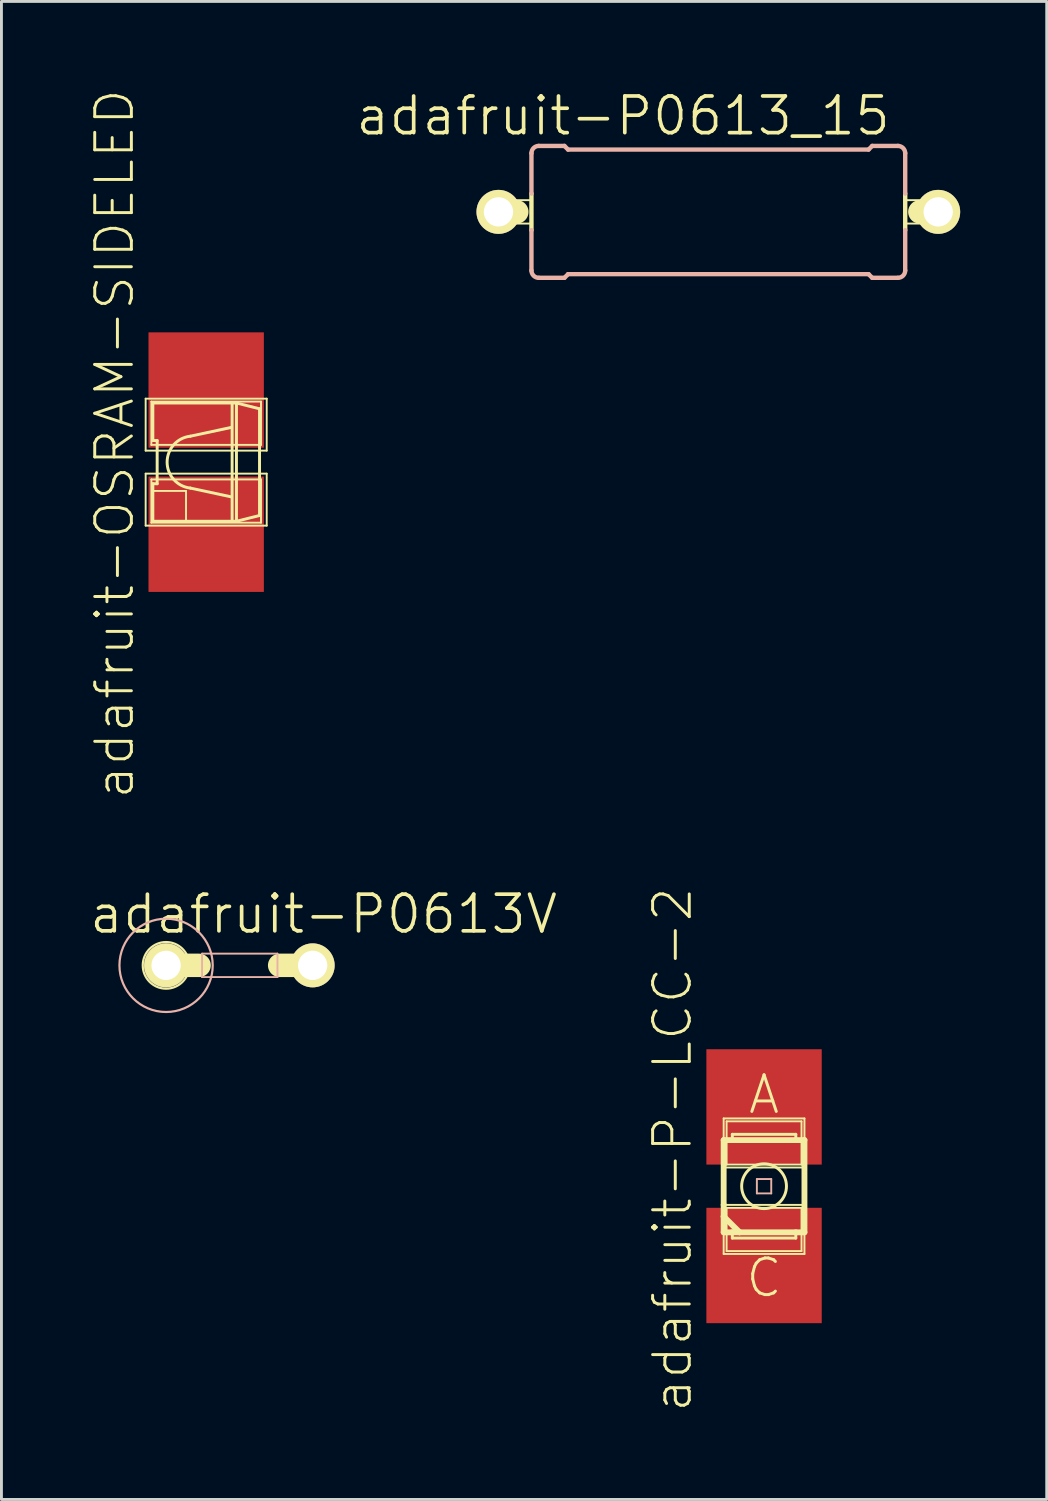
<source format=kicad_pcb>
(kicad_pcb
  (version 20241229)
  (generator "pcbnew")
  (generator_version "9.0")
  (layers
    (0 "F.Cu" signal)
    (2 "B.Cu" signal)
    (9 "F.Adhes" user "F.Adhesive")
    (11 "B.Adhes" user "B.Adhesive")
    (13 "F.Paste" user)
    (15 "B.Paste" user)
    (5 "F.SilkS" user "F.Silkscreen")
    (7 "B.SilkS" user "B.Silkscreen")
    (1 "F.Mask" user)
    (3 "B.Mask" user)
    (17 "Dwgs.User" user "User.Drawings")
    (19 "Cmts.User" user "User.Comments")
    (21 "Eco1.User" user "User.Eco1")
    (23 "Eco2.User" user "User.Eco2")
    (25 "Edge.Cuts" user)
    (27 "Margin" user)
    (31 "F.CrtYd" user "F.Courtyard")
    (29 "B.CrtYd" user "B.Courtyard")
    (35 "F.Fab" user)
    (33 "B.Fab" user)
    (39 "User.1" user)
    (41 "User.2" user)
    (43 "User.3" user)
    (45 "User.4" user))
  (footprint "adafruit-P0613_15"
    (layer "F.Cu")
    (at 21.846 4.293)
    (property "Reference" "adafruit-P0613_15" (at -3.302 -3.327 0) (layer "F.SilkS") (effects (font (size 1.27 1.27) (thickness 0.127))))
    (attr exclude_from_pos_files exclude_from_bom)
    (fp_line (start -7.62 0) (end -6.985 0) (stroke (width 0.813) (type solid)) (layer "F.SilkS"))
    (fp_line (start -7.036 -0.406) (end -6.477 -0.406) (stroke (width 0.066) (type solid)) (layer "F.SilkS"))
    (fp_line (start -7.036 0.406) (end -7.036 -0.406) (stroke (width 0.066) (type solid)) (layer "F.SilkS"))
    (fp_line (start -7.036 0.406) (end -6.477 0.406) (stroke (width 0.066) (type solid)) (layer "F.SilkS"))
    (fp_line (start -6.477 -0.635) (end -6.477 0.635) (stroke (width 0.152) (type solid)) (layer "F.SilkS"))
    (fp_line (start -6.477 0.406) (end -6.477 -0.406) (stroke (width 0.066) (type solid)) (layer "F.SilkS"))
    (fp_line (start 6.477 -0.406) (end 7.036 -0.406) (stroke (width 0.066) (type solid)) (layer "F.SilkS"))
    (fp_line (start 6.477 0.406) (end 6.477 -0.406) (stroke (width 0.066) (type solid)) (layer "F.SilkS"))
    (fp_line (start 6.477 0.406) (end 7.036 0.406) (stroke (width 0.066) (type solid)) (layer "F.SilkS"))
    (fp_line (start 6.477 0.635) (end 6.477 -0.635) (stroke (width 0.152) (type solid)) (layer "F.SilkS"))
    (fp_line (start 7.036 0.406) (end 7.036 -0.406) (stroke (width 0.066) (type solid)) (layer "F.SilkS"))
    (fp_line (start 7.62 0) (end 6.985 0) (stroke (width 0.813) (type solid)) (layer "F.SilkS"))
    (fp_line (start -6.477 -0.635) (end -6.477 -2.032) (stroke (width 0.152) (type solid)) (layer "B.SilkS"))
    (fp_line (start -6.477 2.032) (end -6.477 0.635) (stroke (width 0.152) (type solid)) (layer "B.SilkS"))
    (fp_line (start -6.223 -2.286) (end -5.334 -2.286) (stroke (width 0.152) (type solid)) (layer "B.SilkS"))
    (fp_line (start -6.223 2.286) (end -5.334 2.286) (stroke (width 0.152) (type solid)) (layer "B.SilkS"))
    (fp_line (start -5.207 -2.159) (end -5.334 -2.286) (stroke (width 0.152) (type solid)) (layer "B.SilkS"))
    (fp_line (start -5.207 2.159) (end -5.334 2.286) (stroke (width 0.152) (type solid)) (layer "B.SilkS"))
    (fp_line (start 5.207 -2.159) (end -5.207 -2.159) (stroke (width 0.152) (type solid)) (layer "B.SilkS"))
    (fp_line (start 5.207 -2.159) (end 5.334 -2.286) (stroke (width 0.152) (type solid)) (layer "B.SilkS"))
    (fp_line (start 5.207 2.159) (end -5.207 2.159) (stroke (width 0.152) (type solid)) (layer "B.SilkS"))
    (fp_line (start 5.207 2.159) (end 5.334 2.286) (stroke (width 0.152) (type solid)) (layer "B.SilkS"))
    (fp_line (start 6.223 -2.286) (end 5.334 -2.286) (stroke (width 0.152) (type solid)) (layer "B.SilkS"))
    (fp_line (start 6.223 2.286) (end 5.334 2.286) (stroke (width 0.152) (type solid)) (layer "B.SilkS"))
    (fp_line (start 6.477 -2.032) (end 6.477 -0.635) (stroke (width 0.152) (type solid)) (layer "B.SilkS"))
    (fp_line (start 6.477 0.635) (end 6.477 2.032) (stroke (width 0.152) (type solid)) (layer "B.SilkS"))
    (fp_arc (start -6.477 -2.032) (mid -6.402605 -2.211605) (end -6.223 -2.286) (stroke (width 0.1524) (type solid)) (layer "B.SilkS"))
    (fp_arc (start -6.223 2.286) (mid -6.402605 2.211605) (end -6.477 2.032) (stroke (width 0.1524) (type solid)) (layer "B.SilkS"))
    (fp_arc (start 6.223 -2.286) (mid 6.402605 -2.211605) (end 6.477 -2.032) (stroke (width 0.1524) (type solid)) (layer "B.SilkS"))
    (fp_arc (start 6.477 2.032) (mid 6.402605 2.211605) (end 6.223 2.286) (stroke (width 0.1524) (type solid)) (layer "B.SilkS"))
    (pad "1" thru_hole circle (at -7.62 0) (size 1.524 1.524) (drill 1.016) (layers "*.Cu" "F.Mask" "F.SilkS" "F.Paste"))
    (pad "2" thru_hole circle (at 7.62 0) (size 1.524 1.524) (drill 1.016) (layers "*.Cu" "F.Mask" "F.SilkS" "F.Paste")))
  (footprint "adafruit-P0613V"
    (layer "F.Cu")
    (at 5.246 30.408)
    (property "Reference" "adafruit-P0613V" (at 2.921 -1.778 0) (layer "F.SilkS") (effects (font (size 1.27 1.27) (thickness 0.127))))
    (attr exclude_from_pos_files exclude_from_bom)
    (fp_line (start -2.54 0) (end -1.397 0) (stroke (width 0.813) (type solid)) (layer "F.SilkS"))
    (fp_line (start 2.54 0) (end 1.397 0) (stroke (width 0.813) (type solid)) (layer "F.SilkS"))
    (fp_circle (center -2.54 0) (end -3.111 0.572) (stroke (width 0.076) (type solid)) (fill no) (layer "F.SilkS"))
    (fp_line (start -1.293 -0.406) (end 1.321 -0.406) (stroke (width 0.066) (type solid)) (layer "B.SilkS"))
    (fp_line (start -1.293 0.406) (end -1.293 -0.406) (stroke (width 0.066) (type solid)) (layer "B.SilkS"))
    (fp_line (start -1.293 0.406) (end 1.321 0.406) (stroke (width 0.066) (type solid)) (layer "B.SilkS"))
    (fp_line (start 1.321 0.406) (end 1.321 -0.406) (stroke (width 0.066) (type solid)) (layer "B.SilkS"))
    (fp_circle (center -2.54 0) (end -3.683 1.143) (stroke (width 0.076) (type solid)) (fill no) (layer "B.SilkS"))
    (pad "1" thru_hole circle (at -2.54 0) (size 1.524 1.524) (drill 1.016) (layers "*.Cu" "F.Mask" "F.SilkS" "F.Paste"))
    (pad "2" thru_hole circle (at 2.54 0) (size 1.524 1.524) (drill 1.016) (layers "*.Cu" "F.Mask" "F.SilkS" "F.Paste")))
  (footprint "adafruit-OSRAM-SIDELED"
    (layer "F.Cu")
    (at 4.096 12.967)
    (property "Reference" "adafruit-OSRAM-SIDELED" (at -3.175 -0.635 90) (layer "F.SilkS") (effects (font (size 1.27 1.27) (thickness 0.102))))
    (attr smd)
    (fp_line (start -2.098 -2.2) (end 2.098 -2.2) (stroke (width 0.066) (type solid)) (layer "F.SilkS"))
    (fp_line (start -2.098 -0.399) (end -2.098 -2.2) (stroke (width 0.066) (type solid)) (layer "F.SilkS"))
    (fp_line (start -2.098 -0.399) (end 2.098 -0.399) (stroke (width 0.066) (type solid)) (layer "F.SilkS"))
    (fp_line (start -2.098 0.399) (end 2.098 0.399) (stroke (width 0.066) (type solid)) (layer "F.SilkS"))
    (fp_line (start -2.098 2.2) (end -2.098 0.399) (stroke (width 0.066) (type solid)) (layer "F.SilkS"))
    (fp_line (start -2.098 2.2) (end 2.098 2.2) (stroke (width 0.066) (type solid)) (layer "F.SilkS"))
    (fp_line (start -1.9 -2.098) (end 1.9 -2.098) (stroke (width 0.066) (type solid)) (layer "F.SilkS"))
    (fp_line (start -1.9 -0.599) (end -1.9 -2.098) (stroke (width 0.066) (type solid)) (layer "F.SilkS"))
    (fp_line (start -1.9 -0.599) (end 1.9 -0.599) (stroke (width 0.066) (type solid)) (layer "F.SilkS"))
    (fp_line (start -1.9 0.599) (end 1.9 0.599) (stroke (width 0.066) (type solid)) (layer "F.SilkS"))
    (fp_line (start -1.9 2.098) (end -1.9 0.599) (stroke (width 0.066) (type solid)) (layer "F.SilkS"))
    (fp_line (start -1.9 2.098) (end 1.9 2.098) (stroke (width 0.066) (type solid)) (layer "F.SilkS"))
    (fp_line (start -1.849 -2.05) (end 0.899 -2.05) (stroke (width 0.102) (type solid)) (layer "F.SilkS"))
    (fp_line (start -1.849 -0.749) (end -1.849 -2.05) (stroke (width 0.102) (type solid)) (layer "F.SilkS"))
    (fp_line (start -1.849 0.749) (end -1.699 0.749) (stroke (width 0.102) (type solid)) (layer "F.SilkS"))
    (fp_line (start -1.849 0.998) (end -0.699 0.998) (stroke (width 0.066) (type solid)) (layer "F.SilkS"))
    (fp_line (start -1.849 2.05) (end -1.849 0.749) (stroke (width 0.102) (type solid)) (layer "F.SilkS"))
    (fp_line (start -1.849 2.05) (end -1.849 0.998) (stroke (width 0.066) (type solid)) (layer "F.SilkS"))
    (fp_line (start -1.849 2.05) (end -0.699 2.05) (stroke (width 0.066) (type solid)) (layer "F.SilkS"))
    (fp_line (start -1.699 -0.749) (end -1.849 -0.749) (stroke (width 0.102) (type solid)) (layer "F.SilkS"))
    (fp_line (start -1.699 0.749) (end -1.699 -0.749) (stroke (width 0.102) (type solid)) (layer "F.SilkS"))
    (fp_line (start -0.699 2.05) (end -0.699 0.998) (stroke (width 0.066) (type solid)) (layer "F.SilkS"))
    (fp_line (start -0.549 -0.899) (end 0.848 -1.199) (stroke (width 0.102) (type solid)) (layer "F.SilkS"))
    (fp_line (start -0.549 0.899) (end 0.848 1.199) (stroke (width 0.102) (type solid)) (layer "F.SilkS"))
    (fp_line (start 0.899 -2.05) (end 0.899 2.05) (stroke (width 0.102) (type solid)) (layer "F.SilkS"))
    (fp_line (start 0.899 2.05) (end -1.849 2.05) (stroke (width 0.102) (type solid)) (layer "F.SilkS"))
    (fp_line (start 0.899 2.05) (end 1.049 2.05) (stroke (width 0.102) (type solid)) (layer "F.SilkS"))
    (fp_line (start 1.049 -2.05) (end 0.899 -2.05) (stroke (width 0.102) (type solid)) (layer "F.SilkS"))
    (fp_line (start 1.049 -2.05) (end 1.049 2.05) (stroke (width 0.102) (type solid)) (layer "F.SilkS"))
    (fp_line (start 1.049 2.05) (end 1.849 1.849) (stroke (width 0.102) (type solid)) (layer "F.SilkS"))
    (fp_line (start 1.849 -1.849) (end 1.049 -2.05) (stroke (width 0.102) (type solid)) (layer "F.SilkS"))
    (fp_line (start 1.849 1.849) (end 1.849 -1.849) (stroke (width 0.102) (type solid)) (layer "F.SilkS"))
    (fp_line (start 1.9 -0.599) (end 1.9 -2.098) (stroke (width 0.066) (type solid)) (layer "F.SilkS"))
    (fp_line (start 1.9 2.098) (end 1.9 0.599) (stroke (width 0.066) (type solid)) (layer "F.SilkS"))
    (fp_line (start 2.098 -0.399) (end 2.098 -2.2) (stroke (width 0.066) (type solid)) (layer "F.SilkS"))
    (fp_line (start 2.098 2.2) (end 2.098 0.399) (stroke (width 0.066) (type solid)) (layer "F.SilkS"))
    (fp_arc (start -0.54864 0.89916) (mid -1.35418 0.000996) (end -0.55062 -0.89894) (stroke (width 0.1016) (type solid)) (layer "F.SilkS"))
    (pad "A" smd rect (at 0 -2.499) (size 3.998 3.998) (layers "F.Cu" "F.Mask" "F.Paste"))
    (pad "C" smd rect (at 0 2.499) (size 3.998 3.998) (layers "F.Cu" "F.Mask" "F.Paste")))
  (footprint "adafruit-P-LCC-2"
    (layer "F.Cu")
    (at 23.431 38.062)
    (property "Reference" "adafruit-P-LCC-2" (at -3.175 -1.27 90) (layer "F.SilkS") (effects (font (size 1.27 1.27) (thickness 0.102))))
    (attr smd)
    (fp_line (start -1.4 -2.349) (end 1.4 -2.349) (stroke (width 0.066) (type solid)) (layer "F.SilkS"))
    (fp_line (start -1.4 -1.598) (end -1.4 0.648) (stroke (width 0.203) (type solid)) (layer "F.SilkS"))
    (fp_line (start -1.4 -0.648) (end -1.4 -2.349) (stroke (width 0.066) (type solid)) (layer "F.SilkS"))
    (fp_line (start -1.4 -0.648) (end 1.4 -0.648) (stroke (width 0.066) (type solid)) (layer "F.SilkS"))
    (fp_line (start -1.4 0.648) (end 1.4 0.648) (stroke (width 0.066) (type solid)) (layer "F.SilkS"))
    (fp_line (start -1.4 1.049) (end -1.4 0.648) (stroke (width 0.203) (type solid)) (layer "F.SilkS"))
    (fp_line (start -1.4 1.049) (end -1.4 1.598) (stroke (width 0.203) (type solid)) (layer "F.SilkS"))
    (fp_line (start -1.4 1.598) (end -1.1 1.598) (stroke (width 0.203) (type solid)) (layer "F.SilkS"))
    (fp_line (start -1.4 2.349) (end -1.4 0.648) (stroke (width 0.066) (type solid)) (layer "F.SilkS"))
    (fp_line (start -1.4 2.349) (end 1.4 2.349) (stroke (width 0.066) (type solid)) (layer "F.SilkS"))
    (fp_line (start -1.298 -2.248) (end 1.298 -2.248) (stroke (width 0.066) (type solid)) (layer "F.SilkS"))
    (fp_line (start -1.298 -0.749) (end -1.298 -2.248) (stroke (width 0.066) (type solid)) (layer "F.SilkS"))
    (fp_line (start -1.298 -0.749) (end 1.298 -0.749) (stroke (width 0.066) (type solid)) (layer "F.SilkS"))
    (fp_line (start -1.298 0.749) (end 1.298 0.749) (stroke (width 0.066) (type solid)) (layer "F.SilkS"))
    (fp_line (start -1.298 2.248) (end -1.298 0.749) (stroke (width 0.066) (type solid)) (layer "F.SilkS"))
    (fp_line (start -1.298 2.248) (end 1.298 2.248) (stroke (width 0.066) (type solid)) (layer "F.SilkS"))
    (fp_line (start -1.1 -1.798) (end 1.1 -1.798) (stroke (width 0.102) (type solid)) (layer "F.SilkS"))
    (fp_line (start -1.1 -1.598) (end -1.1 -1.798) (stroke (width 0.102) (type solid)) (layer "F.SilkS"))
    (fp_line (start -1.1 1.598) (end -1.1 1.798) (stroke (width 0.102) (type solid)) (layer "F.SilkS"))
    (fp_line (start -1.1 1.598) (end -0.848 1.598) (stroke (width 0.203) (type solid)) (layer "F.SilkS"))
    (fp_line (start -1.1 1.798) (end 1.1 1.798) (stroke (width 0.102) (type solid)) (layer "F.SilkS"))
    (fp_line (start -0.848 1.598) (end -1.4 1.049) (stroke (width 0.203) (type solid)) (layer "F.SilkS"))
    (fp_line (start -0.848 1.598) (end 1.1 1.598) (stroke (width 0.203) (type solid)) (layer "F.SilkS"))
    (fp_line (start 1.1 -1.798) (end 1.1 -1.598) (stroke (width 0.102) (type solid)) (layer "F.SilkS"))
    (fp_line (start 1.1 1.598) (end 1.4 1.598) (stroke (width 0.203) (type solid)) (layer "F.SilkS"))
    (fp_line (start 1.1 1.798) (end 1.1 1.598) (stroke (width 0.102) (type solid)) (layer "F.SilkS"))
    (fp_line (start 1.298 -0.749) (end 1.298 -2.248) (stroke (width 0.066) (type solid)) (layer "F.SilkS"))
    (fp_line (start 1.298 2.248) (end 1.298 0.749) (stroke (width 0.066) (type solid)) (layer "F.SilkS"))
    (fp_line (start 1.4 -1.598) (end -1.4 -1.598) (stroke (width 0.203) (type solid)) (layer "F.SilkS"))
    (fp_line (start 1.4 -0.648) (end 1.4 -2.349) (stroke (width 0.066) (type solid)) (layer "F.SilkS"))
    (fp_line (start 1.4 1.598) (end 1.4 -1.598) (stroke (width 0.203) (type solid)) (layer "F.SilkS"))
    (fp_line (start 1.4 2.349) (end 1.4 0.648) (stroke (width 0.066) (type solid)) (layer "F.SilkS"))
    (fp_circle (center 0 0) (end -0.549 0.549) (stroke (width 0.102) (type solid)) (fill no) (layer "F.SilkS"))
    (fp_line (start -0.249 -0.249) (end 0.249 -0.249) (stroke (width 0.066) (type solid)) (layer "B.SilkS"))
    (fp_line (start -0.249 0.249) (end -0.249 -0.249) (stroke (width 0.066) (type solid)) (layer "B.SilkS"))
    (fp_line (start -0.249 0.249) (end 0.249 0.249) (stroke (width 0.066) (type solid)) (layer "B.SilkS"))
    (fp_line (start 0.249 0.249) (end 0.249 -0.249) (stroke (width 0.066) (type solid)) (layer "B.SilkS"))
    (fp_text user "A" (at 0 -3.175 0) (layer "F.SilkS") (effects (font (size 1.27 1.27) (thickness 0.102))))
    (fp_text user "C" (at 0 3.175 0) (layer "F.SilkS") (effects (font (size 1.27 1.27) (thickness 0.102))))
    (pad "A" smd rect (at 0 -2.748) (size 3.998 3.998) (layers "F.Cu" "F.Mask" "F.Paste"))
    (pad "C" smd rect (at 0 2.748) (size 3.998 3.998) (layers "F.Cu" "F.Mask" "F.Paste")))
  (gr_rect
    (start -3 -3)
    (end 33.228 48.919)
    (stroke (width 0.1) (type default))
    (fill no)
    (layer "Edge.Cuts")))
</source>
